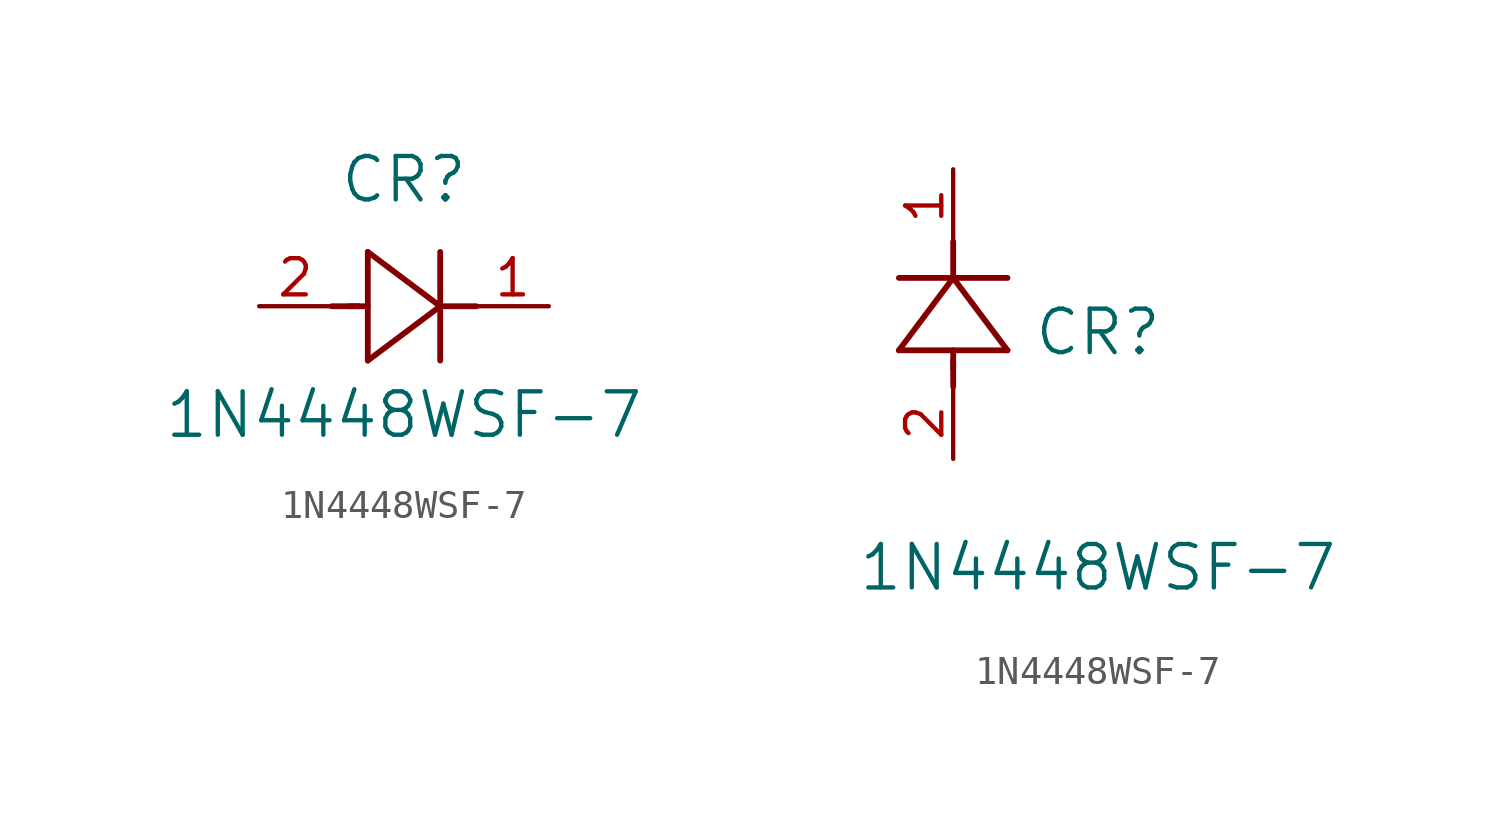
<source format=kicad_sym>
(kicad_symbol_lib
  (version 20211014)
  (generator kicad_symbol_editor)
  (symbol "1N4448WSF-7"
    (pin_names
      (offset 0.254))
    (property "Reference" "CR"
      (at 5.08 4.445 0)
      (effects (font (size 1.524 1.524))))
    (property "Value" "1N4448WSF-7"
      (at 5.08 -3.81 0)
      (effects (font (size 1.524 1.524))))
    (symbol "1N4448WSF-7_1_1"
      (polyline (pts (xy 2.54 0) (xy 3.48 0)) (stroke (width 0.203) (type default) (color 0 0 0 0)) (fill (type none)))
      (polyline (pts (xy 3.81 1.905) (xy 3.81 -1.905)) (stroke (width 0.203) (type default) (color 0 0 0 0)) (fill (type none)))
      (polyline (pts (xy 3.175 0) (xy 3.81 0)) (stroke (width 0.203) (type default) (color 0 0 0 0)) (fill (type none)))
      (polyline (pts (xy 6.35 -1.905) (xy 6.35 1.905)) (stroke (width 0.203) (type default) (color 0 0 0 0)) (fill (type none)))
      (polyline (pts (xy 6.35 0) (xy 7.62 0)) (stroke (width 0.203) (type default) (color 0 0 0 0)) (fill (type none)))
      (polyline (pts (xy 6.35 0) (xy 3.81 1.905)) (stroke (width 0.203) (type default) (color 0 0 0 0)) (fill (type none)))
      (polyline (pts (xy 3.81 -1.905) (xy 6.35 0)) (stroke (width 0.203) (type default) (color 0 0 0 0)) (fill (type none)))
      (pin unspecified line (at 0 0 0) (length 2.54) (name "" (effects (font (size 1.27 1.27)))) (number "2" (effects (font (size 1.27 1.27)))))
      (pin unspecified line (at 10.16 0 180) (length 2.54) (name "" (effects (font (size 1.27 1.27)))) (number "1" (effects (font (size 1.27 1.27))))))
    (symbol "1N4448WSF-7_1_2"
      (polyline (pts (xy 0 2.54) (xy 0 3.48)) (stroke (width 0.203) (type default) (color 0 0 0 0)) (fill (type none)))
      (polyline (pts (xy -1.905 3.81) (xy 1.905 3.81)) (stroke (width 0.203) (type default) (color 0 0 0 0)) (fill (type none)))
      (polyline (pts (xy 0 3.175) (xy 0 3.81)) (stroke (width 0.203) (type default) (color 0 0 0 0)) (fill (type none)))
      (polyline (pts (xy 1.905 6.35) (xy -1.905 6.35)) (stroke (width 0.203) (type default) (color 0 0 0 0)) (fill (type none)))
      (polyline (pts (xy 0 6.35) (xy 0 7.62)) (stroke (width 0.203) (type default) (color 0 0 0 0)) (fill (type none)))
      (polyline (pts (xy 0 6.35) (xy -1.905 3.81)) (stroke (width 0.203) (type default) (color 0 0 0 0)) (fill (type none)))
      (polyline (pts (xy 1.905 3.81) (xy 0 6.35)) (stroke (width 0.203) (type default) (color 0 0 0 0)) (fill (type none)))
      (pin unspecified line (at 0 0 90) (length 2.54) (name "" (effects (font (size 1.27 1.27)))) (number "2" (effects (font (size 1.27 1.27)))))
      (pin unspecified line (at 0 10.16 270) (length 2.54) (name "" (effects (font (size 1.27 1.27)))) (number "1" (effects (font (size 1.27 1.27))))))))
</source>
